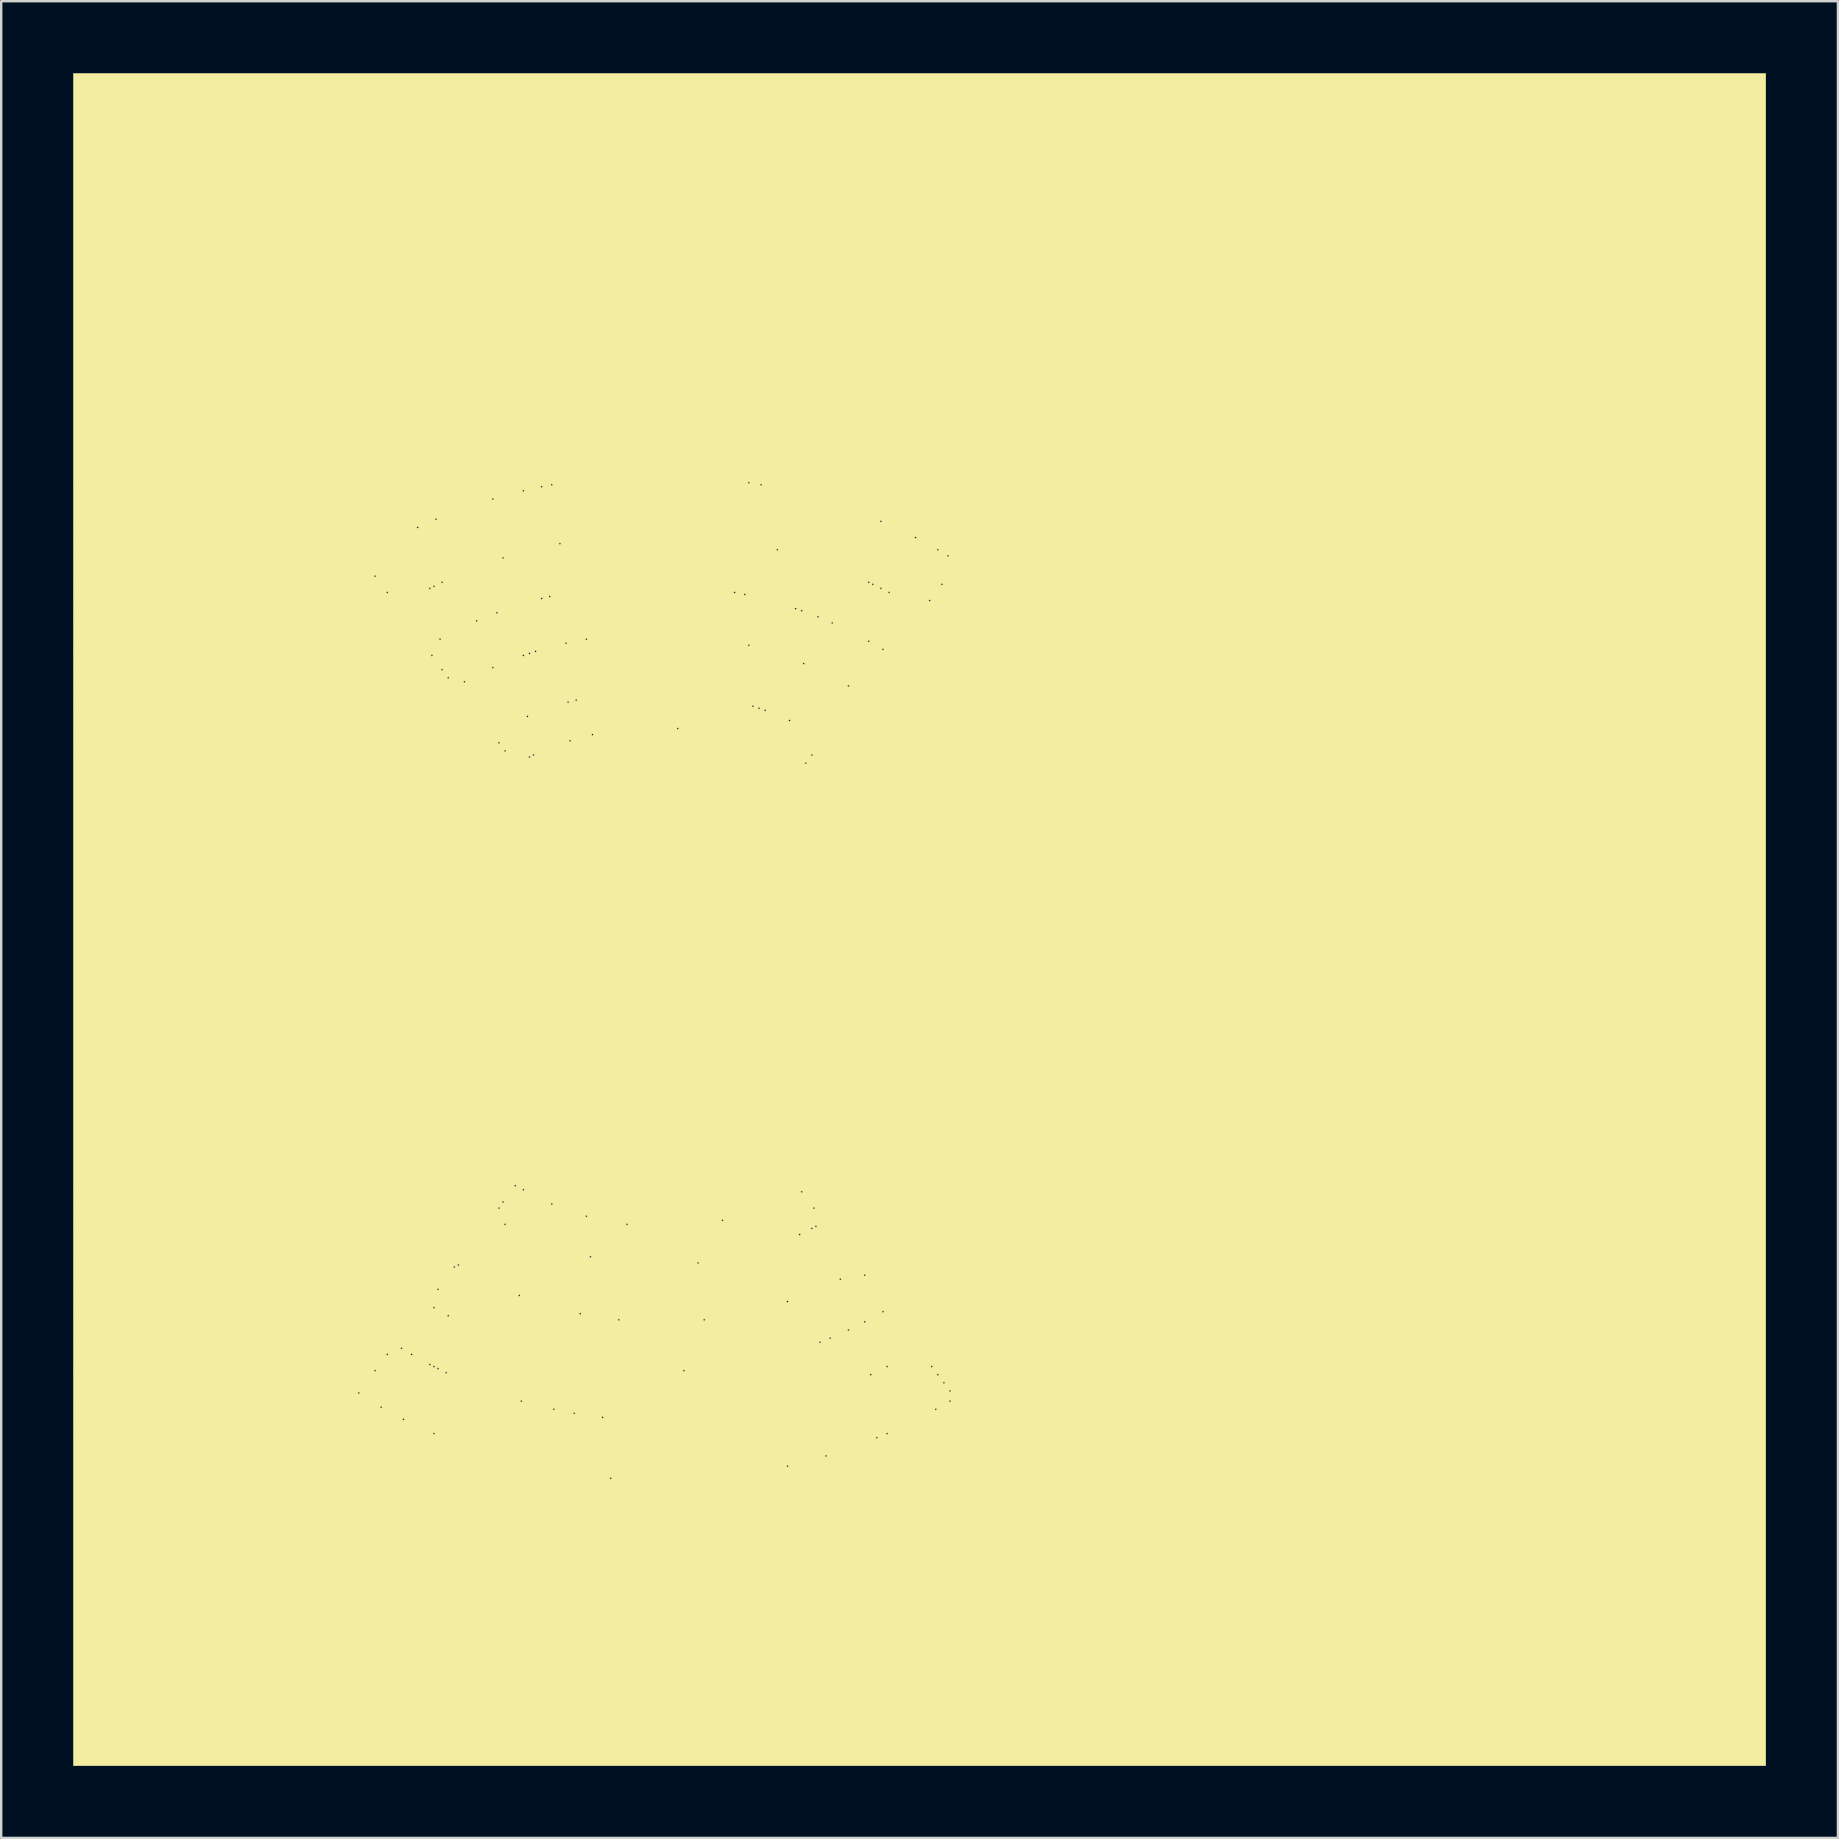
<source format=kicad_pcb>
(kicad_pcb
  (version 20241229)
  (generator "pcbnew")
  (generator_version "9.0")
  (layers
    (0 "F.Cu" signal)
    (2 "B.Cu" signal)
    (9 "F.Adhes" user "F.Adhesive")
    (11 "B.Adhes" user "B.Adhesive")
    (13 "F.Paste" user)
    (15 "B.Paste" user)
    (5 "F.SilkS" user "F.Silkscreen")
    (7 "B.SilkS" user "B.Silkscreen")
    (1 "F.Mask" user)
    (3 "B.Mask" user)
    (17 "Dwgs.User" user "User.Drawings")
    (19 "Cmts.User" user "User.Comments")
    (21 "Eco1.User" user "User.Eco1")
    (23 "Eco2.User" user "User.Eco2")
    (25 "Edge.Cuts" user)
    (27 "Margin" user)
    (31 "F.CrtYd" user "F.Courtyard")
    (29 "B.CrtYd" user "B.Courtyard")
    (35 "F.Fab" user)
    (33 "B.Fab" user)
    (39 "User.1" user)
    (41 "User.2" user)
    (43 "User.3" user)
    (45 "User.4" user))
  (footprint "LoRa"
    (layer "F.Cu")
    (at 35.226 35.226)
    (property "Reference" "LoRa" (at 0 0 0) (layer "F.SilkS") (effects (font (size 1.524 1.524) (thickness 0.3))))
    (attr through_hole)
    (fp_poly (pts (xy 35.306 35.306) (xy -35.221 35.306) (xy -35.221 23.326) (xy -12.869 23.326) (xy -12.827 23.368) (xy -12.785 23.326) (xy -12.827 23.283) (xy -12.869 23.326) (xy -35.221 23.326) (xy -35.221 22.818) (xy -5.503 22.818) (xy -5.461 22.86) (xy -5.419 22.818) (xy -5.461 22.775) (xy -5.503 22.818) (xy -35.221 22.818) (xy -35.221 22.394) (xy -3.895 22.394) (xy -3.852 22.437) (xy -3.81 22.394) (xy -3.852 22.352) (xy -3.895 22.394) (xy -35.221 22.394) (xy -35.221 21.632) (xy -1.778 21.632) (xy -1.736 21.675) (xy -1.693 21.632) (xy -1.736 21.59) (xy -1.778 21.632) (xy -35.221 21.632) (xy -35.221 21.463) (xy -20.235 21.463) (xy -20.193 21.505) (xy -20.151 21.463) (xy -1.355 21.463) (xy -1.312 21.505) (xy -1.27 21.463) (xy -1.312 21.421) (xy -1.355 21.463) (xy -20.151 21.463) (xy -20.193 21.421) (xy -20.235 21.463) (xy -35.221 21.463) (xy -35.221 20.87) (xy -21.505 20.87) (xy -21.463 20.913) (xy -21.421 20.87) (xy -21.463 20.828) (xy -21.505 20.87) (xy -35.221 20.87) (xy -35.221 20.786) (xy -13.208 20.786) (xy -13.166 20.828) (xy -13.123 20.786) (xy -13.166 20.743) (xy -13.208 20.786) (xy -35.221 20.786) (xy -35.221 20.616) (xy -14.393 20.616) (xy -14.351 20.659) (xy -14.309 20.616) (xy -14.351 20.574) (xy -14.393 20.616) (xy -35.221 20.616) (xy -35.221 20.447) (xy -15.24 20.447) (xy -15.198 20.489) (xy -15.155 20.447) (xy 0.677 20.447) (xy 0.72 20.489) (xy 0.762 20.447) (xy 0.72 20.405) (xy 0.677 20.447) (xy -15.155 20.447) (xy -15.198 20.405) (xy -15.24 20.447) (xy -35.221 20.447) (xy -35.221 20.362) (xy -22.437 20.362) (xy -22.394 20.405) (xy -22.352 20.362) (xy -22.394 20.32) (xy -22.437 20.362) (xy -35.221 20.362) (xy -35.221 20.108) (xy -16.595 20.108) (xy -16.552 20.151) (xy -16.51 20.108) (xy 1.27 20.108) (xy 1.312 20.151) (xy 1.355 20.108) (xy 1.312 20.066) (xy 1.27 20.108) (xy -16.51 20.108) (xy -16.552 20.066) (xy -16.595 20.108) (xy -35.221 20.108) (xy -35.221 19.77) (xy -23.368 19.77) (xy -23.326 19.812) (xy -23.283 19.77) (xy -23.326 19.727) (xy -23.368 19.77) (xy -35.221 19.77) (xy -35.221 19.685) (xy 1.27 19.685) (xy 1.312 19.727) (xy 1.355 19.685) (xy 1.312 19.643) (xy 1.27 19.685) (xy -35.221 19.685) (xy -35.221 19.346) (xy 1.016 19.346) (xy 1.058 19.389) (xy 1.101 19.346) (xy 1.058 19.304) (xy 1.016 19.346) (xy -35.221 19.346) (xy -35.221 19.008) (xy -2.032 19.008) (xy -1.99 19.05) (xy -1.947 19.008) (xy 0.762 19.008) (xy 0.804 19.05) (xy 0.847 19.008) (xy 0.804 18.965) (xy 0.762 19.008) (xy -1.947 19.008) (xy -1.99 18.965) (xy -2.032 19.008) (xy -35.221 19.008) (xy -35.221 18.923) (xy -19.727 18.923) (xy -19.685 18.965) (xy -19.643 18.923) (xy -19.685 18.881) (xy -19.727 18.923) (xy -35.221 18.923) (xy -35.221 18.838) (xy -22.691 18.838) (xy -22.648 18.881) (xy -22.606 18.838) (xy -9.821 18.838) (xy -9.779 18.881) (xy -9.737 18.838) (xy -9.779 18.796) (xy -9.821 18.838) (xy -22.606 18.838) (xy -22.648 18.796) (xy -22.691 18.838) (xy -35.221 18.838) (xy -35.221 18.754) (xy -20.066 18.754) (xy -20.024 18.796) (xy -19.981 18.754) (xy -20.024 18.711) (xy -20.066 18.754) (xy -35.221 18.754) (xy -35.221 18.669) (xy -20.235 18.669) (xy -20.193 18.711) (xy -20.151 18.669) (xy -1.355 18.669) (xy -1.312 18.711) (xy -1.27 18.669) (xy 0.508 18.669) (xy 0.55 18.711) (xy 0.593 18.669) (xy 0.55 18.627) (xy 0.508 18.669) (xy -1.27 18.669) (xy -1.312 18.627) (xy -1.355 18.669) (xy -20.151 18.669) (xy -20.193 18.627) (xy -20.235 18.669) (xy -35.221 18.669) (xy -35.221 18.584) (xy -20.405 18.584) (xy -20.362 18.627) (xy -20.32 18.584) (xy -20.362 18.542) (xy -20.405 18.584) (xy -35.221 18.584) (xy -35.221 18.161) (xy -22.183 18.161) (xy -22.14 18.203) (xy -22.098 18.161) (xy -21.167 18.161) (xy -21.124 18.203) (xy -21.082 18.161) (xy -21.124 18.119) (xy -21.167 18.161) (xy -22.098 18.161) (xy -22.14 18.119) (xy -22.183 18.161) (xy -35.221 18.161) (xy -35.221 17.907) (xy -21.59 17.907) (xy -21.548 17.949) (xy -21.505 17.907) (xy -21.548 17.865) (xy -21.59 17.907) (xy -35.221 17.907) (xy -35.221 17.653) (xy -4.149 17.653) (xy -4.106 17.695) (xy -4.064 17.653) (xy -4.106 17.611) (xy -4.149 17.653) (xy -35.221 17.653) (xy -35.221 17.484) (xy -3.725 17.484) (xy -3.683 17.526) (xy -3.641 17.484) (xy -3.683 17.441) (xy -3.725 17.484) (xy -35.221 17.484) (xy -35.221 17.145) (xy -2.963 17.145) (xy -2.921 17.187) (xy -2.879 17.145) (xy -2.921 17.103) (xy -2.963 17.145) (xy -35.221 17.145) (xy -35.221 16.806) (xy -2.286 16.806) (xy -2.244 16.849) (xy -2.201 16.806) (xy -2.244 16.764) (xy -2.286 16.806) (xy -35.221 16.806) (xy -35.221 16.722) (xy -12.531 16.722) (xy -12.488 16.764) (xy -12.446 16.722) (xy -8.975 16.722) (xy -8.932 16.764) (xy -8.89 16.722) (xy -8.932 16.679) (xy -8.975 16.722) (xy -12.446 16.722) (xy -12.488 16.679) (xy -12.531 16.722) (xy -35.221 16.722) (xy -35.221 16.552) (xy -19.643 16.552) (xy -19.6 16.595) (xy -19.558 16.552) (xy -19.6 16.51) (xy -19.643 16.552) (xy -35.221 16.552) (xy -35.221 16.468) (xy -14.139 16.468) (xy -14.097 16.51) (xy -14.055 16.468) (xy -14.097 16.425) (xy -14.139 16.468) (xy -35.221 16.468) (xy -35.221 16.383) (xy -1.524 16.383) (xy -1.482 16.425) (xy -1.439 16.383) (xy -1.482 16.341) (xy -1.524 16.383) (xy -35.221 16.383) (xy -35.221 16.214) (xy -20.235 16.214) (xy -20.193 16.256) (xy -20.151 16.214) (xy -20.193 16.171) (xy -20.235 16.214) (xy -35.221 16.214) (xy -35.221 15.96) (xy -5.503 15.96) (xy -5.461 16.002) (xy -5.419 15.96) (xy -5.461 15.917) (xy -5.503 15.96) (xy -35.221 15.96) (xy -35.221 15.706) (xy -16.679 15.706) (xy -16.637 15.748) (xy -16.595 15.706) (xy -16.637 15.663) (xy -16.679 15.706) (xy -35.221 15.706) (xy -35.221 15.452) (xy -20.066 15.452) (xy -20.024 15.494) (xy -19.981 15.452) (xy -20.024 15.409) (xy -20.066 15.452) (xy -35.221 15.452) (xy -35.221 15.028) (xy -3.302 15.028) (xy -3.26 15.071) (xy -3.217 15.028) (xy -3.26 14.986) (xy -3.302 15.028) (xy -35.221 15.028) (xy -35.221 14.859) (xy -2.286 14.859) (xy -2.244 14.901) (xy -2.201 14.859) (xy -2.244 14.817) (xy -2.286 14.859) (xy -35.221 14.859) (xy -35.221 14.52) (xy -19.389 14.52) (xy -19.346 14.563) (xy -19.304 14.52) (xy -19.346 14.478) (xy -19.389 14.52) (xy -35.221 14.52) (xy -35.221 14.436) (xy -19.219 14.436) (xy -19.177 14.478) (xy -19.135 14.436) (xy -19.177 14.393) (xy -19.219 14.436) (xy -35.221 14.436) (xy -35.221 14.351) (xy -9.229 14.351) (xy -9.186 14.393) (xy -9.144 14.351) (xy -9.186 14.309) (xy -9.229 14.351) (xy -35.221 14.351) (xy -35.221 14.097) (xy -13.716 14.097) (xy -13.674 14.139) (xy -13.631 14.097) (xy -13.674 14.055) (xy -13.716 14.097) (xy -35.221 14.097) (xy -35.221 13.166) (xy -4.995 13.166) (xy -4.953 13.208) (xy -4.911 13.166) (xy -4.953 13.123) (xy -4.995 13.166) (xy -35.221 13.166) (xy -35.221 12.912) (xy -4.487 12.912) (xy -4.445 12.954) (xy -4.403 12.912) (xy -4.445 12.869) (xy -4.487 12.912) (xy -35.221 12.912) (xy -35.221 12.827) (xy -4.318 12.827) (xy -4.276 12.869) (xy -4.233 12.827) (xy -4.276 12.785) (xy -4.318 12.827) (xy -35.221 12.827) (xy -35.221 12.742) (xy -17.272 12.742) (xy -17.23 12.785) (xy -17.187 12.742) (xy -12.192 12.742) (xy -12.15 12.785) (xy -12.107 12.742) (xy -12.15 12.7) (xy -12.192 12.742) (xy -17.187 12.742) (xy -17.23 12.7) (xy -17.272 12.742) (xy -35.221 12.742) (xy -35.221 12.573) (xy -8.213 12.573) (xy -8.17 12.615) (xy -8.128 12.573) (xy -8.17 12.531) (xy -8.213 12.573) (xy -35.221 12.573) (xy -35.221 12.404) (xy -13.885 12.404) (xy -13.843 12.446) (xy -13.801 12.404) (xy -13.843 12.361) (xy -13.885 12.404) (xy -35.221 12.404) (xy -35.221 12.065) (xy -17.526 12.065) (xy -17.484 12.107) (xy -17.441 12.065) (xy -4.403 12.065) (xy -4.36 12.107) (xy -4.318 12.065) (xy -4.36 12.023) (xy -4.403 12.065) (xy -17.441 12.065) (xy -17.484 12.023) (xy -17.526 12.065) (xy -35.221 12.065) (xy -35.221 11.896) (xy -15.325 11.896) (xy -15.282 11.938) (xy -15.24 11.896) (xy -15.282 11.853) (xy -15.325 11.896) (xy -35.221 11.896) (xy -35.221 11.811) (xy -17.357 11.811) (xy -17.314 11.853) (xy -17.272 11.811) (xy -17.314 11.769) (xy -17.357 11.811) (xy -35.221 11.811) (xy -35.221 11.388) (xy -4.911 11.388) (xy -4.868 11.43) (xy -4.826 11.388) (xy -4.868 11.345) (xy -4.911 11.388) (xy -35.221 11.388) (xy -35.221 11.303) (xy -16.51 11.303) (xy -16.468 11.345) (xy -16.425 11.303) (xy -16.468 11.261) (xy -16.51 11.303) (xy -35.221 11.303) (xy -35.221 11.134) (xy -16.849 11.134) (xy -16.806 11.176) (xy -16.764 11.134) (xy -16.806 11.091) (xy -16.849 11.134) (xy -35.221 11.134) (xy -35.221 -6.477) (xy -4.741 -6.477) (xy -4.699 -6.435) (xy -4.657 -6.477) (xy -4.699 -6.519) (xy -4.741 -6.477) (xy -35.221 -6.477) (xy -35.221 -6.731) (xy -16.256 -6.731) (xy -16.214 -6.689) (xy -16.171 -6.731) (xy -16.214 -6.773) (xy -16.256 -6.731) (xy -35.221 -6.731) (xy -35.221 -6.816) (xy -16.087 -6.816) (xy -16.044 -6.773) (xy -16.002 -6.816) (xy -4.487 -6.816) (xy -4.445 -6.773) (xy -4.403 -6.816) (xy -4.445 -6.858) (xy -4.487 -6.816) (xy -16.002 -6.816) (xy -16.044 -6.858) (xy -16.087 -6.816) (xy -35.221 -6.816) (xy -35.221 -6.985) (xy -17.272 -6.985) (xy -17.23 -6.943) (xy -17.187 -6.985) (xy -17.23 -7.027) (xy -17.272 -6.985) (xy -35.221 -6.985) (xy -35.221 -7.324) (xy -17.526 -7.324) (xy -17.484 -7.281) (xy -17.441 -7.324) (xy -17.484 -7.366) (xy -17.526 -7.324) (xy -35.221 -7.324) (xy -35.221 -7.408) (xy -14.563 -7.408) (xy -14.52 -7.366) (xy -14.478 -7.408) (xy -14.52 -7.451) (xy -14.563 -7.408) (xy -35.221 -7.408) (xy -35.221 -7.662) (xy -13.631 -7.662) (xy -13.589 -7.62) (xy -13.547 -7.662) (xy -13.589 -7.705) (xy -13.631 -7.662) (xy -35.221 -7.662) (xy -35.221 -7.916) (xy -10.075 -7.916) (xy -10.033 -7.874) (xy -9.991 -7.916) (xy -10.033 -7.959) (xy -10.075 -7.916) (xy -35.221 -7.916) (xy -35.221 -8.255) (xy -5.419 -8.255) (xy -5.376 -8.213) (xy -5.334 -8.255) (xy -5.376 -8.297) (xy -5.419 -8.255) (xy -35.221 -8.255) (xy -35.221 -8.424) (xy -16.341 -8.424) (xy -16.298 -8.382) (xy -16.256 -8.424) (xy -16.298 -8.467) (xy -16.341 -8.424) (xy -35.221 -8.424) (xy -35.221 -8.678) (xy -6.435 -8.678) (xy -6.392 -8.636) (xy -6.35 -8.678) (xy -6.392 -8.721) (xy -6.435 -8.678) (xy -35.221 -8.678) (xy -35.221 -8.763) (xy -6.689 -8.763) (xy -6.646 -8.721) (xy -6.604 -8.763) (xy -6.646 -8.805) (xy -6.689 -8.763) (xy -35.221 -8.763) (xy -35.221 -8.848) (xy -6.943 -8.848) (xy -6.9 -8.805) (xy -6.858 -8.848) (xy -6.9 -8.89) (xy -6.943 -8.848) (xy -35.221 -8.848) (xy -35.221 -9.017) (xy -14.647 -9.017) (xy -14.605 -8.975) (xy -14.563 -9.017) (xy -14.605 -9.059) (xy -14.647 -9.017) (xy -35.221 -9.017) (xy -35.221 -9.102) (xy -14.309 -9.102) (xy -14.266 -9.059) (xy -14.224 -9.102) (xy -14.266 -9.144) (xy -14.309 -9.102) (xy -35.221 -9.102) (xy -35.221 -9.694) (xy -2.963 -9.694) (xy -2.921 -9.652) (xy -2.879 -9.694) (xy -2.921 -9.737) (xy -2.963 -9.694) (xy -35.221 -9.694) (xy -35.221 -9.864) (xy -18.965 -9.864) (xy -18.923 -9.821) (xy -18.881 -9.864) (xy -18.923 -9.906) (xy -18.965 -9.864) (xy -35.221 -9.864) (xy -35.221 -10.033) (xy -19.643 -10.033) (xy -19.6 -9.991) (xy -19.558 -10.033) (xy -19.6 -10.075) (xy -19.643 -10.033) (xy -35.221 -10.033) (xy -35.221 -10.372) (xy -19.897 -10.372) (xy -19.854 -10.329) (xy -19.812 -10.372) (xy -19.854 -10.414) (xy -19.897 -10.372) (xy -35.221 -10.372) (xy -35.221 -10.456) (xy -17.78 -10.456) (xy -17.738 -10.414) (xy -17.695 -10.456) (xy -17.738 -10.499) (xy -17.78 -10.456) (xy -35.221 -10.456) (xy -35.221 -10.626) (xy -4.826 -10.626) (xy -4.784 -10.583) (xy -4.741 -10.626) (xy -4.784 -10.668) (xy -4.826 -10.626) (xy -35.221 -10.626) (xy -35.221 -10.964) (xy -20.32 -10.964) (xy -20.278 -10.922) (xy -20.235 -10.964) (xy -16.51 -10.964) (xy -16.468 -10.922) (xy -16.425 -10.964) (xy -16.468 -11.007) (xy -16.51 -10.964) (xy -20.235 -10.964) (xy -20.278 -11.007) (xy -20.32 -10.964) (xy -35.221 -10.964) (xy -35.221 -11.049) (xy -16.256 -11.049) (xy -16.214 -11.007) (xy -16.171 -11.049) (xy -16.214 -11.091) (xy -16.256 -11.049) (xy -35.221 -11.049) (xy -35.221 -11.134) (xy -16.002 -11.134) (xy -15.96 -11.091) (xy -15.917 -11.134) (xy -15.96 -11.176) (xy -16.002 -11.134) (xy -35.221 -11.134) (xy -35.221 -11.218) (xy -1.524 -11.218) (xy -1.482 -11.176) (xy -1.439 -11.218) (xy -1.482 -11.261) (xy -1.524 -11.218) (xy -35.221 -11.218) (xy -35.221 -11.388) (xy -7.112 -11.388) (xy -7.07 -11.345) (xy -7.027 -11.388) (xy -7.07 -11.43) (xy -7.112 -11.388) (xy -35.221 -11.388) (xy -35.221 -11.472) (xy -14.732 -11.472) (xy -14.69 -11.43) (xy -14.647 -11.472) (xy -14.69 -11.515) (xy -14.732 -11.472) (xy -35.221 -11.472) (xy -35.221 -11.557) (xy -2.117 -11.557) (xy -2.074 -11.515) (xy -2.032 -11.557) (xy -2.074 -11.599) (xy -2.117 -11.557) (xy -35.221 -11.557) (xy -35.221 -11.642) (xy -19.981 -11.642) (xy -19.939 -11.599) (xy -19.897 -11.642) (xy -13.885 -11.642) (xy -13.843 -11.599) (xy -13.801 -11.642) (xy -13.843 -11.684) (xy -13.885 -11.642) (xy -19.897 -11.642) (xy -19.939 -11.684) (xy -19.981 -11.642) (xy -35.221 -11.642) (xy -35.221 -12.319) (xy -3.641 -12.319) (xy -3.598 -12.277) (xy -3.556 -12.319) (xy -3.598 -12.361) (xy -3.641 -12.319) (xy -35.221 -12.319) (xy -35.221 -12.404) (xy -18.457 -12.404) (xy -18.415 -12.361) (xy -18.373 -12.404) (xy -18.415 -12.446) (xy -18.457 -12.404) (xy -35.221 -12.404) (xy -35.221 -12.573) (xy -4.233 -12.573) (xy -4.191 -12.531) (xy -4.149 -12.573) (xy -4.191 -12.615) (xy -4.233 -12.573) (xy -35.221 -12.573) (xy -35.221 -12.742) (xy -17.611 -12.742) (xy -17.568 -12.7) (xy -17.526 -12.742) (xy -17.568 -12.785) (xy -17.611 -12.742) (xy -35.221 -12.742) (xy -35.221 -12.827) (xy -4.911 -12.827) (xy -4.868 -12.785) (xy -4.826 -12.827) (xy -4.868 -12.869) (xy -4.911 -12.827) (xy -35.221 -12.827) (xy -35.221 -12.912) (xy -5.165 -12.912) (xy -5.122 -12.869) (xy -5.08 -12.912) (xy -5.122 -12.954) (xy -5.165 -12.912) (xy -35.221 -12.912) (xy -35.221 -13.25) (xy 0.423 -13.25) (xy 0.466 -13.208) (xy 0.508 -13.25) (xy 0.466 -13.293) (xy 0.423 -13.25) (xy -35.221 -13.25) (xy -35.221 -13.335) (xy -15.748 -13.335) (xy -15.706 -13.293) (xy -15.663 -13.335) (xy -15.706 -13.377) (xy -15.748 -13.335) (xy -35.221 -13.335) (xy -35.221 -13.42) (xy -15.409 -13.42) (xy -15.367 -13.377) (xy -15.325 -13.42) (xy -15.367 -13.462) (xy -15.409 -13.42) (xy -35.221 -13.42) (xy -35.221 -13.504) (xy -7.281 -13.504) (xy -7.239 -13.462) (xy -7.197 -13.504) (xy -7.239 -13.547) (xy -7.281 -13.504) (xy -35.221 -13.504) (xy -35.221 -13.589) (xy -22.183 -13.589) (xy -22.14 -13.547) (xy -22.098 -13.589) (xy -7.705 -13.589) (xy -7.662 -13.547) (xy -7.62 -13.589) (xy -1.27 -13.589) (xy -1.228 -13.547) (xy -1.185 -13.589) (xy -1.228 -13.631) (xy -1.27 -13.589) (xy -7.62 -13.589) (xy -7.662 -13.631) (xy -7.705 -13.589) (xy -22.098 -13.589) (xy -22.14 -13.631) (xy -22.183 -13.589) (xy -35.221 -13.589) (xy -35.221 -13.758) (xy -20.405 -13.758) (xy -20.362 -13.716) (xy -20.32 -13.758) (xy -1.609 -13.758) (xy -1.566 -13.716) (xy -1.524 -13.758) (xy -1.566 -13.801) (xy -1.609 -13.758) (xy -20.32 -13.758) (xy -20.362 -13.801) (xy -20.405 -13.758) (xy -35.221 -13.758) (xy -35.221 -13.843) (xy -20.235 -13.843) (xy -20.193 -13.801) (xy -20.151 -13.843) (xy -20.193 -13.885) (xy -20.235 -13.843) (xy -35.221 -13.843) (xy -35.221 -13.928) (xy -1.947 -13.928) (xy -1.905 -13.885) (xy -1.863 -13.928) (xy 0.931 -13.928) (xy 0.974 -13.885) (xy 1.016 -13.928) (xy 0.974 -13.97) (xy 0.931 -13.928) (xy -1.863 -13.928) (xy -1.905 -13.97) (xy -1.947 -13.928) (xy -35.221 -13.928) (xy -35.221 -14.012) (xy -19.897 -14.012) (xy -19.854 -13.97) (xy -19.812 -14.012) (xy -2.117 -14.012) (xy -2.074 -13.97) (xy -2.032 -14.012) (xy -2.074 -14.055) (xy -2.117 -14.012) (xy -19.812 -14.012) (xy -19.854 -14.055) (xy -19.897 -14.012) (xy -35.221 -14.012) (xy -35.221 -14.266) (xy -22.691 -14.266) (xy -22.648 -14.224) (xy -22.606 -14.266) (xy -22.648 -14.309) (xy -22.691 -14.266) (xy -35.221 -14.266) (xy -35.221 -15.028) (xy -17.357 -15.028) (xy -17.314 -14.986) (xy -17.272 -15.028) (xy -17.314 -15.071) (xy -17.357 -15.028) (xy -35.221 -15.028) (xy -35.221 -15.113) (xy 1.185 -15.113) (xy 1.228 -15.071) (xy 1.27 -15.113) (xy 1.228 -15.155) (xy 1.185 -15.113) (xy -35.221 -15.113) (xy -35.221 -15.367) (xy -5.927 -15.367) (xy -5.884 -15.325) (xy -5.842 -15.367) (xy 0.762 -15.367) (xy 0.804 -15.325) (xy 0.847 -15.367) (xy 0.804 -15.409) (xy 0.762 -15.367) (xy -5.842 -15.367) (xy -5.884 -15.409) (xy -5.927 -15.367) (xy -35.221 -15.367) (xy -35.221 -15.621) (xy -14.986 -15.621) (xy -14.944 -15.579) (xy -14.901 -15.621) (xy -14.944 -15.663) (xy -14.986 -15.621) (xy -35.221 -15.621) (xy -35.221 -15.875) (xy -0.169 -15.875) (xy -0.127 -15.833) (xy -0.085 -15.875) (xy -0.127 -15.917) (xy -0.169 -15.875) (xy -35.221 -15.875) (xy -35.221 -16.298) (xy -20.913 -16.298) (xy -20.87 -16.256) (xy -20.828 -16.298) (xy -20.87 -16.341) (xy -20.913 -16.298) (xy -35.221 -16.298) (xy -35.221 -16.552) (xy -1.609 -16.552) (xy -1.566 -16.51) (xy -1.524 -16.552) (xy -1.566 -16.595) (xy -1.609 -16.552) (xy -35.221 -16.552) (xy -35.221 -16.637) (xy -20.151 -16.637) (xy -20.108 -16.595) (xy -20.066 -16.637) (xy -20.108 -16.679) (xy -20.151 -16.637) (xy -35.221 -16.637) (xy -35.221 -17.484) (xy -17.78 -17.484) (xy -17.738 -17.441) (xy -17.695 -17.484) (xy -17.738 -17.526) (xy -17.78 -17.484) (xy -35.221 -17.484) (xy -35.221 -17.822) (xy -16.51 -17.822) (xy -16.468 -17.78) (xy -16.425 -17.822) (xy -16.468 -17.865) (xy -16.51 -17.822) (xy -35.221 -17.822) (xy -35.221 -17.992) (xy -15.748 -17.992) (xy -15.706 -17.949) (xy -15.663 -17.992) (xy -15.706 -18.034) (xy -15.748 -17.992) (xy -35.221 -17.992) (xy -35.221 -18.076) (xy -15.325 -18.076) (xy -15.282 -18.034) (xy -15.24 -18.076) (xy -6.604 -18.076) (xy -6.562 -18.034) (xy -6.519 -18.076) (xy -6.562 -18.119) (xy -6.604 -18.076) (xy -15.24 -18.076) (xy -15.282 -18.119) (xy -15.325 -18.076) (xy -35.221 -18.076) (xy -35.221 -18.161) (xy -7.112 -18.161) (xy -7.07 -18.119) (xy -7.027 -18.161) (xy -7.07 -18.203) (xy -7.112 -18.161) (xy -35.221 -18.161) (xy -35.221 -35.221) (xy 35.306 -35.221) (xy 35.306 35.306)) (stroke (width 0.01) (type solid)) (fill yes) (layer "F.SilkS")))
  (gr_rect
    (start -3 -3)
    (end 73.537 73.537)
    (stroke (width 0.1) (type default))
    (fill no)
    (layer "Edge.Cuts")))
</source>
